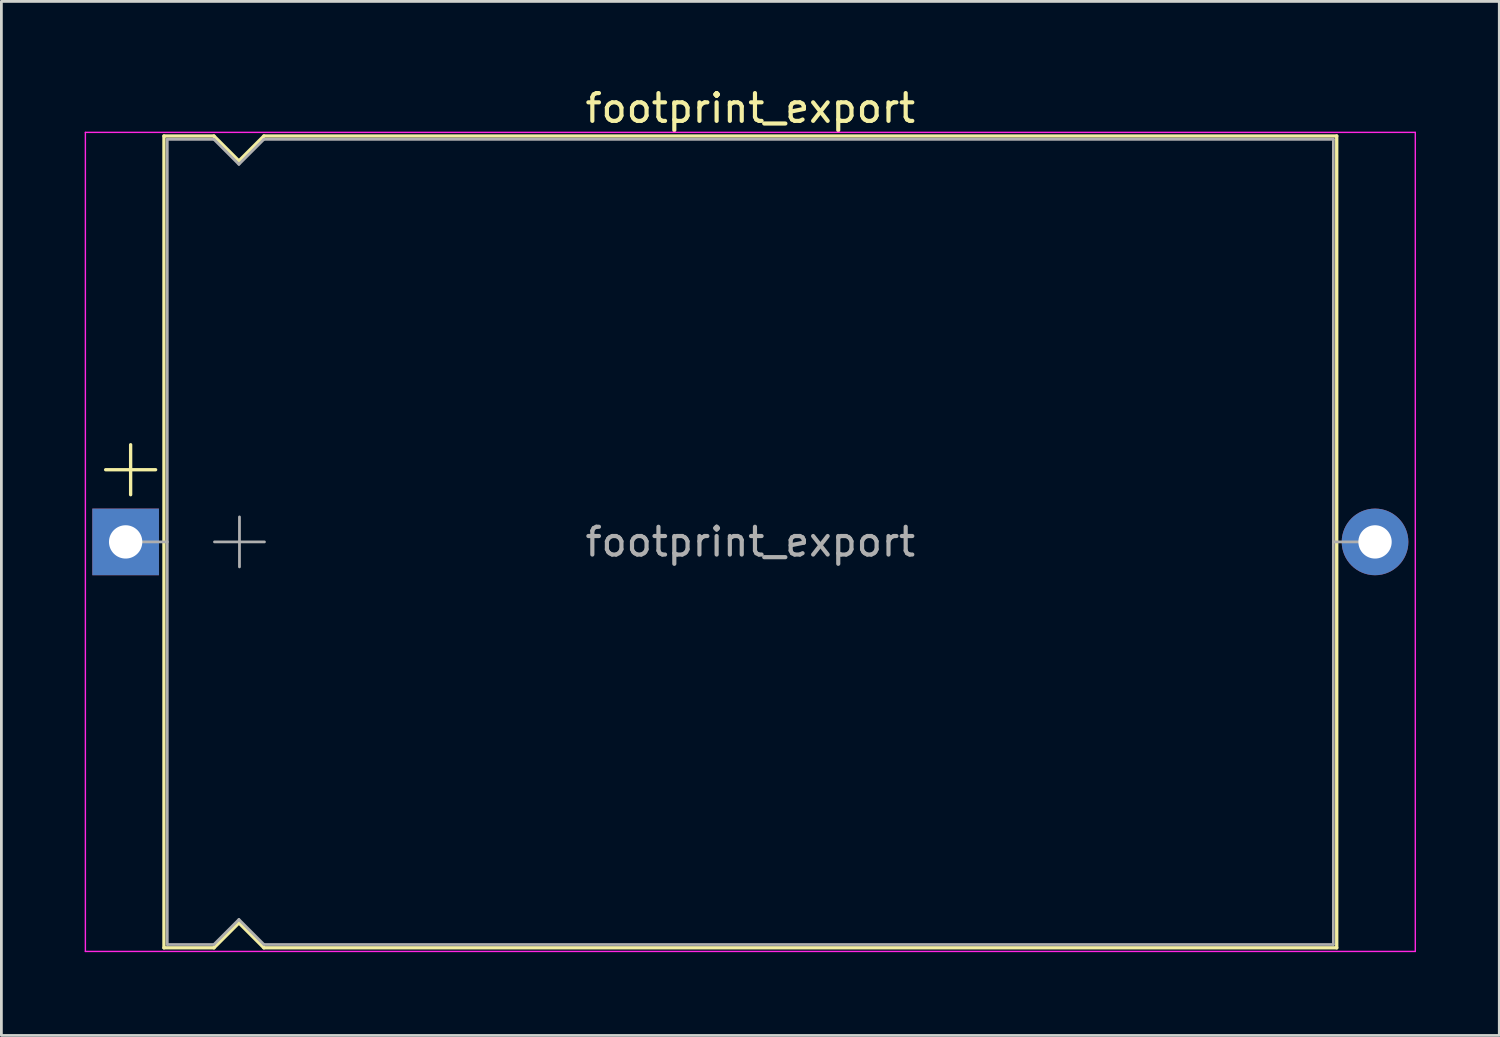
<source format=kicad_pcb>
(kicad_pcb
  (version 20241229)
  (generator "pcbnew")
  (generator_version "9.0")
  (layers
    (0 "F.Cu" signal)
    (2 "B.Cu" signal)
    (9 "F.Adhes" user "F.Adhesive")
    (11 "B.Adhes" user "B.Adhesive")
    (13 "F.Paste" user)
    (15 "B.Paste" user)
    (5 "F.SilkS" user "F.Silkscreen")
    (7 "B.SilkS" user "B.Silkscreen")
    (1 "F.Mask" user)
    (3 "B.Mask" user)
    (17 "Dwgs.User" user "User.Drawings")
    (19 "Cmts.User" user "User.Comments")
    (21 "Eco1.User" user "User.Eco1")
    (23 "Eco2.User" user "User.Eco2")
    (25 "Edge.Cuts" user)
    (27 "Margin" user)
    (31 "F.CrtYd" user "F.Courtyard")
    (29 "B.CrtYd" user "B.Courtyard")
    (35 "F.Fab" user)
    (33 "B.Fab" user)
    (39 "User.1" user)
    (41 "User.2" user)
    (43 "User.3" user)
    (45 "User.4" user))
  (footprint "footprint_export"
    (layer "F.Cu")
    (at 1.475 16.468)
    (property "Reference" "footprint_export" (at 22.5 -15.62 0) (layer "F.SilkS") (effects (font (size 1 1) (thickness 0.15))))
    (attr through_hole)
    (fp_line (start -0.72 -2.6) (end 1.08 -2.6) (stroke (width 0.12) (type solid)) (layer "F.SilkS"))
    (fp_line (start 0.18 -3.5) (end 0.18 -1.7) (stroke (width 0.12) (type solid)) (layer "F.SilkS"))
    (fp_line (start 1.38 -14.62) (end 1.38 14.62) (stroke (width 0.12) (type solid)) (layer "F.SilkS"))
    (fp_line (start 1.38 -14.62) (end 3.18 -14.62) (stroke (width 0.12) (type solid)) (layer "F.SilkS"))
    (fp_line (start 1.38 14.62) (end 3.18 14.62) (stroke (width 0.12) (type solid)) (layer "F.SilkS"))
    (fp_line (start 3.18 -14.62) (end 4.08 -13.72) (stroke (width 0.12) (type solid)) (layer "F.SilkS"))
    (fp_line (start 3.18 14.62) (end 4.08 13.72) (stroke (width 0.12) (type solid)) (layer "F.SilkS"))
    (fp_line (start 4.08 -13.72) (end 4.98 -14.62) (stroke (width 0.12) (type solid)) (layer "F.SilkS"))
    (fp_line (start 4.08 13.72) (end 4.98 14.62) (stroke (width 0.12) (type solid)) (layer "F.SilkS"))
    (fp_line (start 4.98 -14.62) (end 43.62 -14.62) (stroke (width 0.12) (type solid)) (layer "F.SilkS"))
    (fp_line (start 4.98 14.62) (end 43.62 14.62) (stroke (width 0.12) (type solid)) (layer "F.SilkS"))
    (fp_line (start 43.62 -14.62) (end 43.62 14.62) (stroke (width 0.12) (type solid)) (layer "F.SilkS"))
    (fp_line (start -1.45 -14.75) (end -1.45 14.75) (stroke (width 0.05) (type solid)) (layer "F.CrtYd"))
    (fp_line (start -1.45 14.75) (end 46.45 14.75) (stroke (width 0.05) (type solid)) (layer "F.CrtYd"))
    (fp_line (start 46.45 -14.75) (end -1.45 -14.75) (stroke (width 0.05) (type solid)) (layer "F.CrtYd"))
    (fp_line (start 46.45 14.75) (end 46.45 -14.75) (stroke (width 0.05) (type solid)) (layer "F.CrtYd"))
    (fp_line (start 0 0) (end 1.5 0) (stroke (width 0.1) (type solid)) (layer "F.Fab"))
    (fp_line (start 1.5 -14.5) (end 1.5 14.5) (stroke (width 0.1) (type solid)) (layer "F.Fab"))
    (fp_line (start 1.5 -14.5) (end 3.18 -14.5) (stroke (width 0.1) (type solid)) (layer "F.Fab"))
    (fp_line (start 1.5 14.5) (end 3.18 14.5) (stroke (width 0.1) (type solid)) (layer "F.Fab"))
    (fp_line (start 3.18 -14.5) (end 4.08 -13.6) (stroke (width 0.1) (type solid)) (layer "F.Fab"))
    (fp_line (start 3.18 14.5) (end 4.08 13.6) (stroke (width 0.1) (type solid)) (layer "F.Fab"))
    (fp_line (start 3.2 0) (end 5 0) (stroke (width 0.1) (type solid)) (layer "F.Fab"))
    (fp_line (start 4.08 -13.6) (end 4.98 -14.5) (stroke (width 0.1) (type solid)) (layer "F.Fab"))
    (fp_line (start 4.08 13.6) (end 4.98 14.5) (stroke (width 0.1) (type solid)) (layer "F.Fab"))
    (fp_line (start 4.1 -0.9) (end 4.1 0.9) (stroke (width 0.1) (type solid)) (layer "F.Fab"))
    (fp_line (start 4.98 -14.5) (end 43.5 -14.5) (stroke (width 0.1) (type solid)) (layer "F.Fab"))
    (fp_line (start 4.98 14.5) (end 43.5 14.5) (stroke (width 0.1) (type solid)) (layer "F.Fab"))
    (fp_line (start 43.5 -14.5) (end 43.5 14.5) (stroke (width 0.1) (type solid)) (layer "F.Fab"))
    (fp_line (start 45 0) (end 43.5 0) (stroke (width 0.1) (type solid)) (layer "F.Fab"))
    (fp_text user "${REFERENCE}" (at 22.5 0 0) (layer "F.Fab") (effects (font (size 1 1) (thickness 0.15))))
    (pad "1" thru_hole rect (at 0 0) (size 2.4 2.4) (drill 1.2) (layers "*.Cu" "*.Mask"))
    (pad "2" thru_hole oval (at 45 0) (size 2.4 2.4) (drill 1.2) (layers "*.Cu" "*.Mask")))
  (gr_rect
    (start -3 -3)
    (end 50.95 34.243)
    (stroke (width 0.1) (type default))
    (fill no)
    (layer "Edge.Cuts")))
</source>
